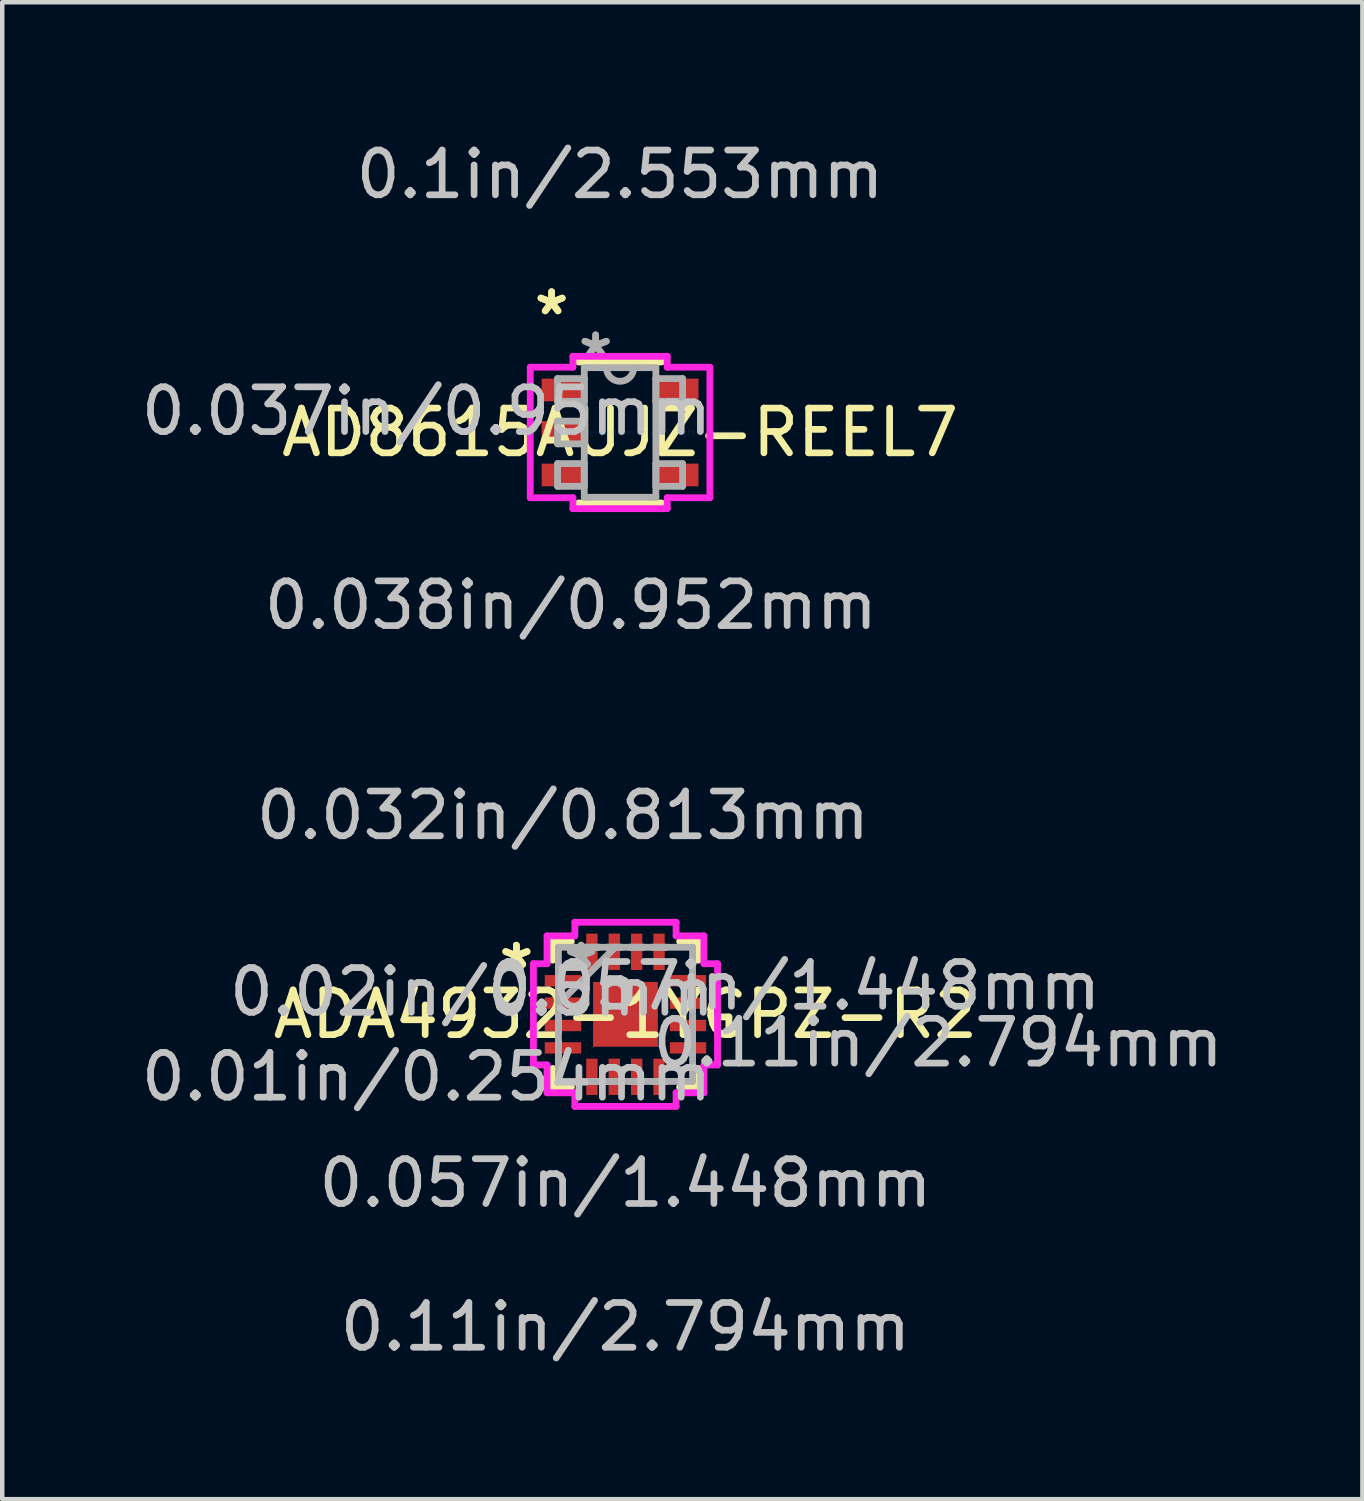
<source format=kicad_pcb>
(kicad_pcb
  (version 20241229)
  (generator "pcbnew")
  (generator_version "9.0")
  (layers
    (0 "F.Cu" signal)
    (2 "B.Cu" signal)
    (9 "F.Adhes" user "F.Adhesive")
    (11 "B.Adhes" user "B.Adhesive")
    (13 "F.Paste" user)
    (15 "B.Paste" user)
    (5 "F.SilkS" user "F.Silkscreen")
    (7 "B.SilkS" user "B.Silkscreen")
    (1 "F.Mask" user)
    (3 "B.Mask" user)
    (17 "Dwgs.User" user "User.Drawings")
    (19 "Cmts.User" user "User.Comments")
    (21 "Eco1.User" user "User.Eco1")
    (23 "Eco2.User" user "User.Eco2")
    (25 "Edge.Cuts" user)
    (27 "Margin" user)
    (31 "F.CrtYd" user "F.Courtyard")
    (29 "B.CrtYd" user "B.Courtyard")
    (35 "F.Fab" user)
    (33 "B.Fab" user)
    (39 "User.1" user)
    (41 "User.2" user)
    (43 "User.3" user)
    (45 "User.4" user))
  (footprint "ADA4932-1YCPZ-R2"
    (layer "F.Cu")
    (at 10.927 19.616)
    (property "Reference" "ADA4932-1YCPZ-R2" (at 0 0 0) (layer "F.SilkS") (effects (font (size 1 1) (thickness 0.15))))
    (attr through_hole)
    (fp_line (start -1.626 -1.626) (end -1.626 -1.21) (stroke (width 0.152) (type solid)) (layer "F.SilkS"))
    (fp_line (start -1.626 1.21) (end -1.626 1.626) (stroke (width 0.152) (type solid)) (layer "F.SilkS"))
    (fp_line (start -1.626 1.626) (end -1.21 1.626) (stroke (width 0.152) (type solid)) (layer "F.SilkS"))
    (fp_line (start -1.21 -1.626) (end -1.626 -1.626) (stroke (width 0.152) (type solid)) (layer "F.SilkS"))
    (fp_line (start 1.21 1.626) (end 1.626 1.626) (stroke (width 0.152) (type solid)) (layer "F.SilkS"))
    (fp_line (start 1.626 -1.626) (end 1.21 -1.626) (stroke (width 0.152) (type solid)) (layer "F.SilkS"))
    (fp_line (start 1.626 -1.21) (end 1.626 -1.626) (stroke (width 0.152) (type solid)) (layer "F.SilkS"))
    (fp_line (start 1.626 1.626) (end 1.626 1.21) (stroke (width 0.152) (type solid)) (layer "F.SilkS"))
    (fp_line (start 2.057 0.059) (end 2.311 0.059) (stroke (width 0.152) (type solid)) (layer "F.SilkS"))
    (fp_line (start 2.057 0.441) (end 2.057 0.059) (stroke (width 0.152) (type solid)) (layer "F.SilkS"))
    (fp_line (start 2.311 0.059) (end 2.311 0.441) (stroke (width 0.152) (type solid)) (layer "F.SilkS"))
    (fp_line (start 2.311 0.441) (end 2.057 0.441) (stroke (width 0.152) (type solid)) (layer "F.SilkS"))
    (fp_line (start -2.057 -1.131) (end -1.753 -1.131) (stroke (width 0.152) (type solid)) (layer "F.CrtYd"))
    (fp_line (start -2.057 1.131) (end -2.057 -1.131) (stroke (width 0.152) (type solid)) (layer "F.CrtYd"))
    (fp_line (start -1.753 -1.753) (end -1.131 -1.753) (stroke (width 0.152) (type solid)) (layer "F.CrtYd"))
    (fp_line (start -1.753 -1.131) (end -1.753 -1.753) (stroke (width 0.152) (type solid)) (layer "F.CrtYd"))
    (fp_line (start -1.753 1.131) (end -2.057 1.131) (stroke (width 0.152) (type solid)) (layer "F.CrtYd"))
    (fp_line (start -1.753 1.753) (end -1.753 1.131) (stroke (width 0.152) (type solid)) (layer "F.CrtYd"))
    (fp_line (start -1.131 -2.057) (end 1.131 -2.057) (stroke (width 0.152) (type solid)) (layer "F.CrtYd"))
    (fp_line (start -1.131 -1.753) (end -1.131 -2.057) (stroke (width 0.152) (type solid)) (layer "F.CrtYd"))
    (fp_line (start -1.131 1.753) (end -1.753 1.753) (stroke (width 0.152) (type solid)) (layer "F.CrtYd"))
    (fp_line (start -1.131 2.057) (end -1.131 1.753) (stroke (width 0.152) (type solid)) (layer "F.CrtYd"))
    (fp_line (start 1.131 -2.057) (end 1.131 -1.753) (stroke (width 0.152) (type solid)) (layer "F.CrtYd"))
    (fp_line (start 1.131 -1.753) (end 1.753 -1.753) (stroke (width 0.152) (type solid)) (layer "F.CrtYd"))
    (fp_line (start 1.131 1.753) (end 1.131 2.057) (stroke (width 0.152) (type solid)) (layer "F.CrtYd"))
    (fp_line (start 1.131 2.057) (end -1.131 2.057) (stroke (width 0.152) (type solid)) (layer "F.CrtYd"))
    (fp_line (start 1.753 -1.753) (end 1.753 -1.131) (stroke (width 0.152) (type solid)) (layer "F.CrtYd"))
    (fp_line (start 1.753 -1.131) (end 2.057 -1.131) (stroke (width 0.152) (type solid)) (layer "F.CrtYd"))
    (fp_line (start 1.753 1.131) (end 1.753 1.753) (stroke (width 0.152) (type solid)) (layer "F.CrtYd"))
    (fp_line (start 1.753 1.753) (end 1.131 1.753) (stroke (width 0.152) (type solid)) (layer "F.CrtYd"))
    (fp_line (start 2.057 -1.131) (end 2.057 1.131) (stroke (width 0.152) (type solid)) (layer "F.CrtYd"))
    (fp_line (start 2.057 1.131) (end 1.753 1.131) (stroke (width 0.152) (type solid)) (layer "F.CrtYd"))
    (fp_line (start -1.499 -1.499) (end -1.499 -1.499) (stroke (width 0.152) (type solid)) (layer "F.Fab"))
    (fp_line (start -1.499 -1.499) (end -1.499 1.499) (stroke (width 0.152) (type solid)) (layer "F.Fab"))
    (fp_line (start -1.499 -0.902) (end -1.499 -0.902) (stroke (width 0.152) (type solid)) (layer "F.Fab"))
    (fp_line (start -1.499 -0.902) (end -1.499 -0.598) (stroke (width 0.152) (type solid)) (layer "F.Fab"))
    (fp_line (start -1.499 -0.598) (end -1.499 -0.902) (stroke (width 0.152) (type solid)) (layer "F.Fab"))
    (fp_line (start -1.499 -0.598) (end -1.499 -0.598) (stroke (width 0.152) (type solid)) (layer "F.Fab"))
    (fp_line (start -1.499 -0.402) (end -1.499 -0.402) (stroke (width 0.152) (type solid)) (layer "F.Fab"))
    (fp_line (start -1.499 -0.402) (end -1.499 -0.098) (stroke (width 0.152) (type solid)) (layer "F.Fab"))
    (fp_line (start -1.499 -0.229) (end -0.229 -1.499) (stroke (width 0.152) (type solid)) (layer "F.Fab"))
    (fp_line (start -1.499 -0.098) (end -1.499 -0.402) (stroke (width 0.152) (type solid)) (layer "F.Fab"))
    (fp_line (start -1.499 -0.098) (end -1.499 -0.098) (stroke (width 0.152) (type solid)) (layer "F.Fab"))
    (fp_line (start -1.499 0.098) (end -1.499 0.098) (stroke (width 0.152) (type solid)) (layer "F.Fab"))
    (fp_line (start -1.499 0.098) (end -1.499 0.402) (stroke (width 0.152) (type solid)) (layer "F.Fab"))
    (fp_line (start -1.499 0.402) (end -1.499 0.098) (stroke (width 0.152) (type solid)) (layer "F.Fab"))
    (fp_line (start -1.499 0.402) (end -1.499 0.402) (stroke (width 0.152) (type solid)) (layer "F.Fab"))
    (fp_line (start -1.499 0.598) (end -1.499 0.598) (stroke (width 0.152) (type solid)) (layer "F.Fab"))
    (fp_line (start -1.499 0.598) (end -1.499 0.902) (stroke (width 0.152) (type solid)) (layer "F.Fab"))
    (fp_line (start -1.499 0.902) (end -1.499 0.598) (stroke (width 0.152) (type solid)) (layer "F.Fab"))
    (fp_line (start -1.499 0.902) (end -1.499 0.902) (stroke (width 0.152) (type solid)) (layer "F.Fab"))
    (fp_line (start -1.499 1.499) (end -1.499 1.499) (stroke (width 0.152) (type solid)) (layer "F.Fab"))
    (fp_line (start -1.499 1.499) (end 1.499 1.499) (stroke (width 0.152) (type solid)) (layer "F.Fab"))
    (fp_line (start -0.902 -1.499) (end -0.902 -1.499) (stroke (width 0.152) (type solid)) (layer "F.Fab"))
    (fp_line (start -0.902 -1.499) (end -0.598 -1.499) (stroke (width 0.152) (type solid)) (layer "F.Fab"))
    (fp_line (start -0.902 1.499) (end -0.902 1.499) (stroke (width 0.152) (type solid)) (layer "F.Fab"))
    (fp_line (start -0.902 1.499) (end -0.598 1.499) (stroke (width 0.152) (type solid)) (layer "F.Fab"))
    (fp_line (start -0.598 -1.499) (end -0.902 -1.499) (stroke (width 0.152) (type solid)) (layer "F.Fab"))
    (fp_line (start -0.598 -1.499) (end -0.598 -1.499) (stroke (width 0.152) (type solid)) (layer "F.Fab"))
    (fp_line (start -0.598 1.499) (end -0.902 1.499) (stroke (width 0.152) (type solid)) (layer "F.Fab"))
    (fp_line (start -0.598 1.499) (end -0.598 1.499) (stroke (width 0.152) (type solid)) (layer "F.Fab"))
    (fp_line (start -0.402 -1.499) (end -0.402 -1.499) (stroke (width 0.152) (type solid)) (layer "F.Fab"))
    (fp_line (start -0.402 -1.499) (end -0.098 -1.499) (stroke (width 0.152) (type solid)) (layer "F.Fab"))
    (fp_line (start -0.402 1.499) (end -0.402 1.499) (stroke (width 0.152) (type solid)) (layer "F.Fab"))
    (fp_line (start -0.402 1.499) (end -0.098 1.499) (stroke (width 0.152) (type solid)) (layer "F.Fab"))
    (fp_line (start -0.098 -1.499) (end -0.402 -1.499) (stroke (width 0.152) (type solid)) (layer "F.Fab"))
    (fp_line (start -0.098 -1.499) (end -0.098 -1.499) (stroke (width 0.152) (type solid)) (layer "F.Fab"))
    (fp_line (start -0.098 1.499) (end -0.402 1.499) (stroke (width 0.152) (type solid)) (layer "F.Fab"))
    (fp_line (start -0.098 1.499) (end -0.098 1.499) (stroke (width 0.152) (type solid)) (layer "F.Fab"))
    (fp_line (start 0.098 -1.499) (end 0.098 -1.499) (stroke (width 0.152) (type solid)) (layer "F.Fab"))
    (fp_line (start 0.098 -1.499) (end 0.402 -1.499) (stroke (width 0.152) (type solid)) (layer "F.Fab"))
    (fp_line (start 0.098 1.499) (end 0.098 1.499) (stroke (width 0.152) (type solid)) (layer "F.Fab"))
    (fp_line (start 0.098 1.499) (end 0.402 1.499) (stroke (width 0.152) (type solid)) (layer "F.Fab"))
    (fp_line (start 0.402 -1.499) (end 0.098 -1.499) (stroke (width 0.152) (type solid)) (layer "F.Fab"))
    (fp_line (start 0.402 -1.499) (end 0.402 -1.499) (stroke (width 0.152) (type solid)) (layer "F.Fab"))
    (fp_line (start 0.402 1.499) (end 0.098 1.499) (stroke (width 0.152) (type solid)) (layer "F.Fab"))
    (fp_line (start 0.402 1.499) (end 0.402 1.499) (stroke (width 0.152) (type solid)) (layer "F.Fab"))
    (fp_line (start 0.598 -1.499) (end 0.598 -1.499) (stroke (width 0.152) (type solid)) (layer "F.Fab"))
    (fp_line (start 0.598 -1.499) (end 0.902 -1.499) (stroke (width 0.152) (type solid)) (layer "F.Fab"))
    (fp_line (start 0.598 1.499) (end 0.598 1.499) (stroke (width 0.152) (type solid)) (layer "F.Fab"))
    (fp_line (start 0.598 1.499) (end 0.902 1.499) (stroke (width 0.152) (type solid)) (layer "F.Fab"))
    (fp_line (start 0.902 -1.499) (end 0.598 -1.499) (stroke (width 0.152) (type solid)) (layer "F.Fab"))
    (fp_line (start 0.902 -1.499) (end 0.902 -1.499) (stroke (width 0.152) (type solid)) (layer "F.Fab"))
    (fp_line (start 0.902 1.499) (end 0.598 1.499) (stroke (width 0.152) (type solid)) (layer "F.Fab"))
    (fp_line (start 0.902 1.499) (end 0.902 1.499) (stroke (width 0.152) (type solid)) (layer "F.Fab"))
    (fp_line (start 1.499 -1.499) (end -1.499 -1.499) (stroke (width 0.152) (type solid)) (layer "F.Fab"))
    (fp_line (start 1.499 -1.499) (end 1.499 -1.499) (stroke (width 0.152) (type solid)) (layer "F.Fab"))
    (fp_line (start 1.499 -0.902) (end 1.499 -0.902) (stroke (width 0.152) (type solid)) (layer "F.Fab"))
    (fp_line (start 1.499 -0.902) (end 1.499 -0.598) (stroke (width 0.152) (type solid)) (layer "F.Fab"))
    (fp_line (start 1.499 -0.598) (end 1.499 -0.902) (stroke (width 0.152) (type solid)) (layer "F.Fab"))
    (fp_line (start 1.499 -0.598) (end 1.499 -0.598) (stroke (width 0.152) (type solid)) (layer "F.Fab"))
    (fp_line (start 1.499 -0.402) (end 1.499 -0.402) (stroke (width 0.152) (type solid)) (layer "F.Fab"))
    (fp_line (start 1.499 -0.402) (end 1.499 -0.098) (stroke (width 0.152) (type solid)) (layer "F.Fab"))
    (fp_line (start 1.499 -0.098) (end 1.499 -0.402) (stroke (width 0.152) (type solid)) (layer "F.Fab"))
    (fp_line (start 1.499 -0.098) (end 1.499 -0.098) (stroke (width 0.152) (type solid)) (layer "F.Fab"))
    (fp_line (start 1.499 0.098) (end 1.499 0.098) (stroke (width 0.152) (type solid)) (layer "F.Fab"))
    (fp_line (start 1.499 0.098) (end 1.499 0.402) (stroke (width 0.152) (type solid)) (layer "F.Fab"))
    (fp_line (start 1.499 0.402) (end 1.499 0.098) (stroke (width 0.152) (type solid)) (layer "F.Fab"))
    (fp_line (start 1.499 0.402) (end 1.499 0.402) (stroke (width 0.152) (type solid)) (layer "F.Fab"))
    (fp_line (start 1.499 0.598) (end 1.499 0.598) (stroke (width 0.152) (type solid)) (layer "F.Fab"))
    (fp_line (start 1.499 0.598) (end 1.499 0.902) (stroke (width 0.152) (type solid)) (layer "F.Fab"))
    (fp_line (start 1.499 0.902) (end 1.499 0.598) (stroke (width 0.152) (type solid)) (layer "F.Fab"))
    (fp_line (start 1.499 0.902) (end 1.499 0.902) (stroke (width 0.152) (type solid)) (layer "F.Fab"))
    (fp_line (start 1.499 1.499) (end 1.499 -1.499) (stroke (width 0.152) (type solid)) (layer "F.Fab"))
    (fp_line (start 1.499 1.499) (end 1.499 1.499) (stroke (width 0.152) (type solid)) (layer "F.Fab"))
    (fp_text user "*" (at -2.438 -1 0) (layer "F.SilkS") (effects (font (size 1 1) (thickness 0.15))))
    (fp_text user "*" (at -2.438 -1 0) (layer "F.SilkS") (effects (font (size 1 1) (thickness 0.15))))
    (fp_text user "0.057in/1.448mm" (at 0 3.772 0) (layer "Dwgs.User") (effects (font (size 1 1) (thickness 0.15))))
    (fp_text user "0.057in/1.448mm" (at 3.772 -0.635 0) (layer "Dwgs.User") (effects (font (size 1 1) (thickness 0.15))))
    (fp_text user "0.01in/0.254mm" (at -4.445 1.397 0) (layer "Dwgs.User") (effects (font (size 1 1) (thickness 0.15))))
    (fp_text user "0.11in/2.794mm" (at 0 6.985 0) (layer "Dwgs.User") (effects (font (size 1 1) (thickness 0.15))))
    (fp_text user "0.11in/2.794mm" (at 6.985 0.635 0) (layer "Dwgs.User") (effects (font (size 1 1) (thickness 0.15))))
    (fp_text user "0.032in/0.813mm" (at -1.397 -4.445 0) (layer "Dwgs.User") (effects (font (size 1 1) (thickness 0.15))))
    (fp_text user "0.02in/0.5mm" (at -3.429 -0.5 0) (layer "Dwgs.User") (effects (font (size 1 1) (thickness 0.15))))
    (fp_text user "Copyright 2016 Accelerated Designs. All rights reserved." (at 0 0 0) (layer "Cmts.User") (effects (font (size 0.127 0.127) (thickness 0.002))))
    (fp_text user "*" (at -0.991 -1 0) (layer "F.Fab") (effects (font (size 1 1) (thickness 0.15))))
    (fp_text user "*" (at -0.991 -1 0) (layer "F.Fab") (effects (font (size 1 1) (thickness 0.15))))
    (pad "1" smd rect (at -1.397 -0.75 90) (size 0.254 0.813) (layers "F.Cu" "F.Mask" "F.Paste"))
    (pad "2" smd rect (at -1.397 -0.25 90) (size 0.254 0.813) (layers "F.Cu" "F.Mask" "F.Paste"))
    (pad "3" smd rect (at -1.397 0.25 90) (size 0.254 0.813) (layers "F.Cu" "F.Mask" "F.Paste"))
    (pad "4" smd rect (at -1.397 0.75 90) (size 0.254 0.813) (layers "F.Cu" "F.Mask" "F.Paste"))
    (pad "5" smd rect (at -0.75 1.397) (size 0.254 0.813) (layers "F.Cu" "F.Mask" "F.Paste"))
    (pad "6" smd rect (at -0.25 1.397) (size 0.254 0.813) (layers "F.Cu" "F.Mask" "F.Paste"))
    (pad "7" smd rect (at 0.25 1.397) (size 0.254 0.813) (layers "F.Cu" "F.Mask" "F.Paste"))
    (pad "8" smd rect (at 0.75 1.397) (size 0.254 0.813) (layers "F.Cu" "F.Mask" "F.Paste"))
    (pad "9" smd rect (at 1.397 0.75 90) (size 0.254 0.813) (layers "F.Cu" "F.Mask" "F.Paste"))
    (pad "10" smd rect (at 1.397 0.25 90) (size 0.254 0.813) (layers "F.Cu" "F.Mask" "F.Paste"))
    (pad "11" smd rect (at 1.397 -0.25 90) (size 0.254 0.813) (layers "F.Cu" "F.Mask" "F.Paste"))
    (pad "12" smd rect (at 1.397 -0.75 90) (size 0.254 0.813) (layers "F.Cu" "F.Mask" "F.Paste"))
    (pad "13" smd rect (at 0.75 -1.397) (size 0.254 0.813) (layers "F.Cu" "F.Mask" "F.Paste"))
    (pad "14" smd rect (at 0.25 -1.397) (size 0.254 0.813) (layers "F.Cu" "F.Mask" "F.Paste"))
    (pad "15" smd rect (at -0.25 -1.397) (size 0.254 0.813) (layers "F.Cu" "F.Mask" "F.Paste"))
    (pad "16" smd rect (at -0.75 -1.397) (size 0.254 0.813) (layers "F.Cu" "F.Mask" "F.Paste"))
    (pad "17" smd rect (at 0 0) (size 1.448 1.448) (layers "F.Cu" "F.Mask" "F.Paste")))
  (footprint "AD8615AUJZ-REEL7"
    (layer "F.Cu")
    (at 10.806 6.614)
    (property "Reference" "AD8615AUJZ-REEL7" (at 0 0 0) (layer "F.SilkS") (effects (font (size 1 1) (thickness 0.15))))
    (attr through_hole)
    (fp_line (start -0.927 1.575) (end 0.927 1.575) (stroke (width 0.152) (type solid)) (layer "F.SilkS"))
    (fp_line (start 0.927 -1.575) (end -0.927 -1.575) (stroke (width 0.152) (type solid)) (layer "F.SilkS"))
    (fp_line (start 0.927 0.363) (end 0.927 -0.363) (stroke (width 0.152) (type solid)) (layer "F.SilkS"))
    (fp_line (start -2.007 -1.458) (end -1.054 -1.458) (stroke (width 0.152) (type solid)) (layer "F.CrtYd"))
    (fp_line (start -2.007 1.458) (end -2.007 -1.458) (stroke (width 0.152) (type solid)) (layer "F.CrtYd"))
    (fp_line (start -1.054 -1.702) (end 1.054 -1.702) (stroke (width 0.152) (type solid)) (layer "F.CrtYd"))
    (fp_line (start -1.054 -1.458) (end -1.054 -1.702) (stroke (width 0.152) (type solid)) (layer "F.CrtYd"))
    (fp_line (start -1.054 1.458) (end -2.007 1.458) (stroke (width 0.152) (type solid)) (layer "F.CrtYd"))
    (fp_line (start -1.054 1.702) (end -1.054 1.458) (stroke (width 0.152) (type solid)) (layer "F.CrtYd"))
    (fp_line (start 1.054 -1.702) (end 1.054 -1.458) (stroke (width 0.152) (type solid)) (layer "F.CrtYd"))
    (fp_line (start 1.054 -1.458) (end 2.007 -1.458) (stroke (width 0.152) (type solid)) (layer "F.CrtYd"))
    (fp_line (start 1.054 1.458) (end 1.054 1.702) (stroke (width 0.152) (type solid)) (layer "F.CrtYd"))
    (fp_line (start 1.054 1.702) (end -1.054 1.702) (stroke (width 0.152) (type solid)) (layer "F.CrtYd"))
    (fp_line (start 2.007 -1.458) (end 2.007 1.458) (stroke (width 0.152) (type solid)) (layer "F.CrtYd"))
    (fp_line (start 2.007 1.458) (end 1.054 1.458) (stroke (width 0.152) (type solid)) (layer "F.CrtYd"))
    (fp_line (start -1.397 -1.204) (end -1.397 -0.696) (stroke (width 0.152) (type solid)) (layer "F.Fab"))
    (fp_line (start -1.397 -0.696) (end -0.8 -0.696) (stroke (width 0.152) (type solid)) (layer "F.Fab"))
    (fp_line (start -1.397 -0.254) (end -1.397 0.254) (stroke (width 0.152) (type solid)) (layer "F.Fab"))
    (fp_line (start -1.397 0.254) (end -0.8 0.254) (stroke (width 0.152) (type solid)) (layer "F.Fab"))
    (fp_line (start -1.397 0.696) (end -1.397 1.204) (stroke (width 0.152) (type solid)) (layer "F.Fab"))
    (fp_line (start -1.397 1.204) (end -0.8 1.204) (stroke (width 0.152) (type solid)) (layer "F.Fab"))
    (fp_line (start -0.8 -1.448) (end -0.8 1.448) (stroke (width 0.152) (type solid)) (layer "F.Fab"))
    (fp_line (start -0.8 -1.204) (end -1.397 -1.204) (stroke (width 0.152) (type solid)) (layer "F.Fab"))
    (fp_line (start -0.8 -0.696) (end -0.8 -1.204) (stroke (width 0.152) (type solid)) (layer "F.Fab"))
    (fp_line (start -0.8 -0.254) (end -1.397 -0.254) (stroke (width 0.152) (type solid)) (layer "F.Fab"))
    (fp_line (start -0.8 0.254) (end -0.8 -0.254) (stroke (width 0.152) (type solid)) (layer "F.Fab"))
    (fp_line (start -0.8 0.696) (end -1.397 0.696) (stroke (width 0.152) (type solid)) (layer "F.Fab"))
    (fp_line (start -0.8 1.204) (end -0.8 0.696) (stroke (width 0.152) (type solid)) (layer "F.Fab"))
    (fp_line (start -0.8 1.448) (end 0.8 1.448) (stroke (width 0.152) (type solid)) (layer "F.Fab"))
    (fp_line (start 0.8 -1.448) (end -0.8 -1.448) (stroke (width 0.152) (type solid)) (layer "F.Fab"))
    (fp_line (start 0.8 -1.204) (end 0.8 -0.696) (stroke (width 0.152) (type solid)) (layer "F.Fab"))
    (fp_line (start 0.8 -0.696) (end 1.397 -0.696) (stroke (width 0.152) (type solid)) (layer "F.Fab"))
    (fp_line (start 0.8 0.696) (end 0.8 1.204) (stroke (width 0.152) (type solid)) (layer "F.Fab"))
    (fp_line (start 0.8 1.204) (end 1.397 1.204) (stroke (width 0.152) (type solid)) (layer "F.Fab"))
    (fp_line (start 0.8 1.448) (end 0.8 -1.448) (stroke (width 0.152) (type solid)) (layer "F.Fab"))
    (fp_line (start 1.397 -1.204) (end 0.8 -1.204) (stroke (width 0.152) (type solid)) (layer "F.Fab"))
    (fp_line (start 1.397 -0.696) (end 1.397 -1.204) (stroke (width 0.152) (type solid)) (layer "F.Fab"))
    (fp_line (start 1.397 0.696) (end 0.8 0.696) (stroke (width 0.152) (type solid)) (layer "F.Fab"))
    (fp_line (start 1.397 1.204) (end 1.397 0.696) (stroke (width 0.152) (type solid)) (layer "F.Fab"))
    (fp_arc (start 0.3048 -1.4478) (mid 0 -1.143) (end -0.3048 -1.4478) (stroke (width 0.1524) (type solid)) (layer "F.Fab"))
    (fp_text user "*" (at -1.53 -2.601 0) (layer "F.SilkS") (effects (font (size 1 1) (thickness 0.15))))
    (fp_text user "*" (at -1.53 -2.601 0) (layer "F.SilkS") (effects (font (size 1 1) (thickness 0.15))))
    (fp_text user "0.1in/2.553mm" (at 0 -5.766 0) (layer "Dwgs.User") (effects (font (size 1 1) (thickness 0.15))))
    (fp_text user "0.038in/0.952mm" (at -1.099 3.861 0) (layer "Dwgs.User") (effects (font (size 1 1) (thickness 0.15))))
    (fp_text user "0.037in/0.95mm" (at -4.324 -0.475 0) (layer "Dwgs.User") (effects (font (size 1 1) (thickness 0.15))))
    (fp_text user "Copyright 2016 Accelerated Designs. All rights reserved." (at 0 0 0) (layer "Cmts.User") (effects (font (size 0.127 0.127) (thickness 0.002))))
    (fp_text user "*" (at -0.546 -1.636 0) (layer "F.Fab") (effects (font (size 1 1) (thickness 0.15))))
    (fp_text user "*" (at -0.546 -1.636 0) (layer "F.Fab") (effects (font (size 1 1) (thickness 0.15))))
    (pad "1" smd rect (at -1.276 -0.95) (size 0.953 0.508) (layers "F.Cu" "F.Mask" "F.Paste"))
    (pad "2" smd rect (at -1.276 0) (size 0.953 0.508) (layers "F.Cu" "F.Mask" "F.Paste"))
    (pad "3" smd rect (at -1.276 0.95) (size 0.953 0.508) (layers "F.Cu" "F.Mask" "F.Paste"))
    (pad "4" smd rect (at 1.276 0.95) (size 0.953 0.508) (layers "F.Cu" "F.Mask" "F.Paste"))
    (pad "5" smd rect (at 1.276 -0.95) (size 0.953 0.508) (layers "F.Cu" "F.Mask" "F.Paste")))
  (gr_rect
    (start -3 -3)
    (end 27.394 30.45)
    (stroke (width 0.1) (type default))
    (fill no)
    (layer "Edge.Cuts")))
</source>
